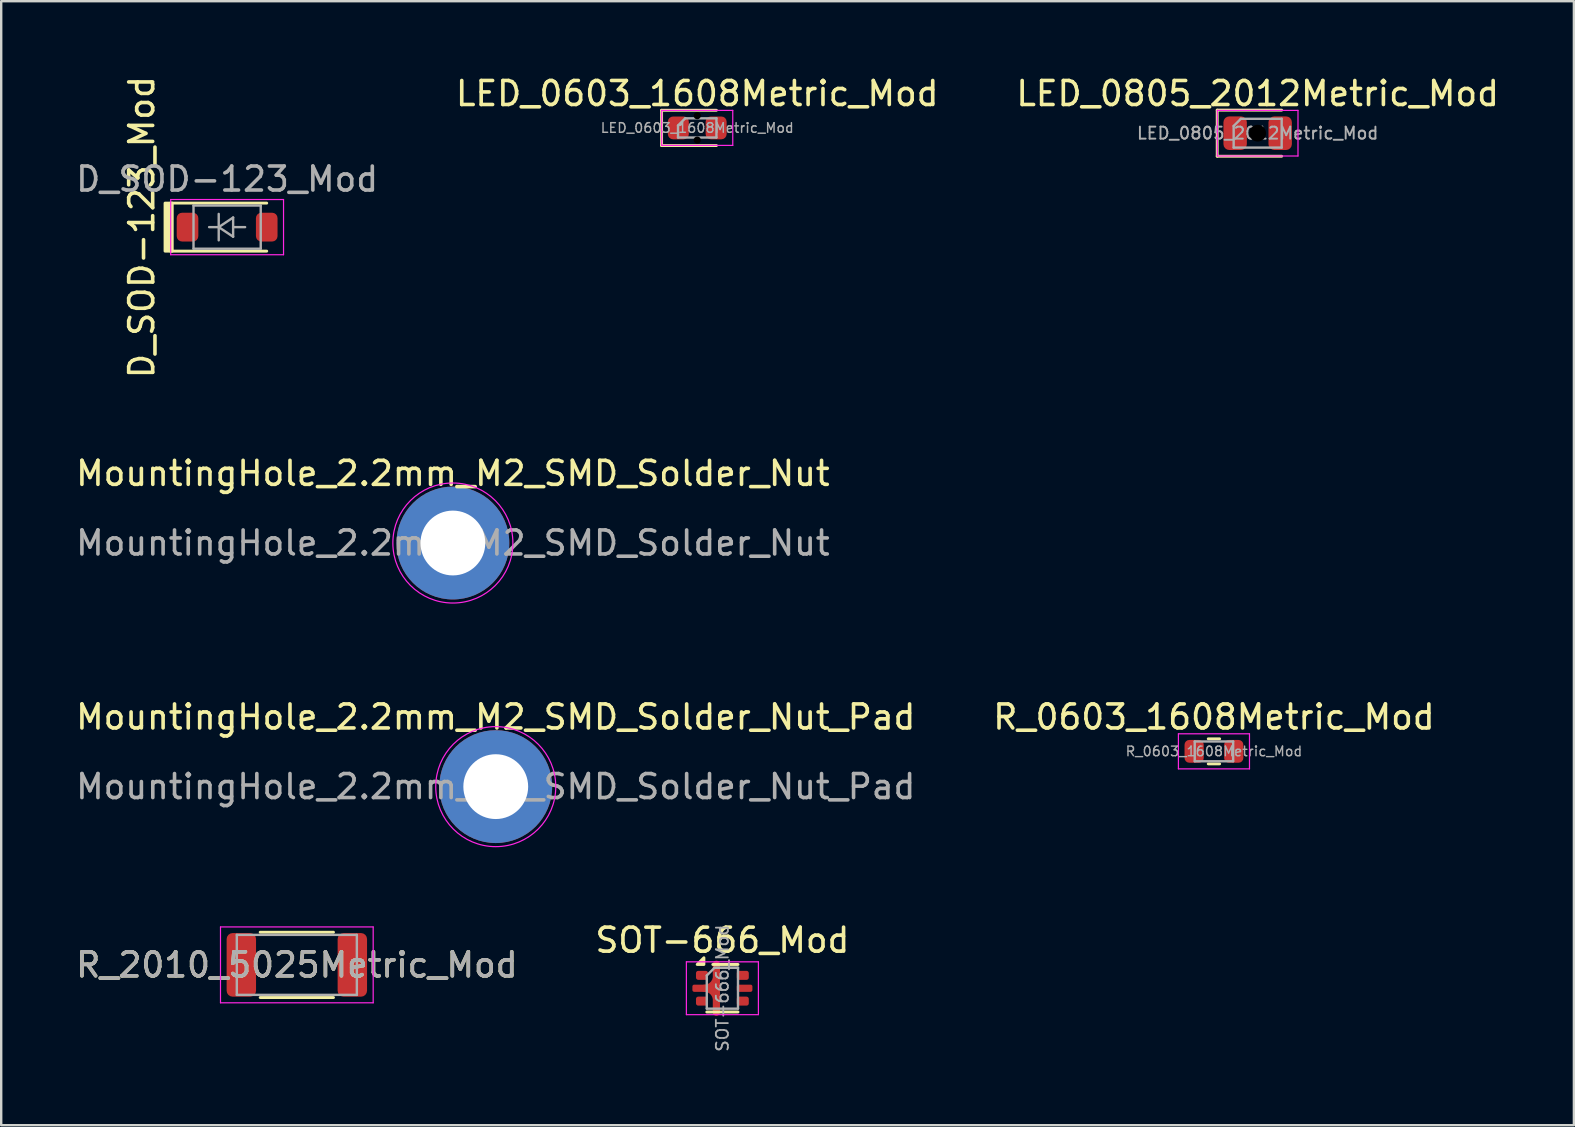
<source format=kicad_pcb>
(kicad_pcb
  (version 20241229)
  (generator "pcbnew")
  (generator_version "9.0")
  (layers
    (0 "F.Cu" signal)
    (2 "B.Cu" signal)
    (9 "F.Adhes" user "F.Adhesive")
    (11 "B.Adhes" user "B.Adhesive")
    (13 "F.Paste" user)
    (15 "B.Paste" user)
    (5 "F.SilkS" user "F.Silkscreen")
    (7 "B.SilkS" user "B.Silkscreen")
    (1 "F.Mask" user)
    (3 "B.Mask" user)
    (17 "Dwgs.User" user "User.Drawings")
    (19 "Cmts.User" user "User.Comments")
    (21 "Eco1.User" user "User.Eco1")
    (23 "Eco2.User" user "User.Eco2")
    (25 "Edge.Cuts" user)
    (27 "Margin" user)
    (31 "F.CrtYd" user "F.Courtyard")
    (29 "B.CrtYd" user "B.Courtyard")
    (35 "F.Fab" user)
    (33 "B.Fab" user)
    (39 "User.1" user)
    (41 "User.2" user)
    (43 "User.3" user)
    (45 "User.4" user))
  (footprint "MountingHole_2.2mm_M2_SMD_Solder_Nut"
    (layer "F.Cu")
    (at 15.815 19.57)
    (property "Reference" "MountingHole_2.2mm_M2_SMD_Solder_Nut" (at 0 -2.9 0) (layer "F.SilkS") (effects (font (size 1 1) (thickness 0.15))))
    (attr exclude_from_pos_files exclude_from_bom)
    (fp_circle (center 0 0) (end 1.1 0) (stroke (width 0.05) (type default)) (fill no) (layer "B.CrtYd"))
    (fp_circle (center 0 0) (end 2.5 0) (stroke (width 0.05) (type solid)) (fill no) (layer "F.CrtYd"))
    (fp_circle (center 0 0) (end 3.35 0) (stroke (width 0.1) (type default)) (fill no) (layer "User.6"))
    (fp_text user "${REFERENCE}" (at 0 0 0) (layer "F.Fab") (effects (font (size 1 1) (thickness 0.15))))
    (pad "" thru_hole circle (at 0 0) (size 4.7 4.7) (drill 2.7) (layers "*.Cu" "F.Mask")))
  (footprint "LED_0805_2012Metric_Mod"
    (layer "F.Cu")
    (at 49.339 2.498)
    (property "Reference" "LED_0805_2012Metric_Mod" (at 0 -1.65 0) (layer "F.SilkS") (effects (font (size 1 1) (thickness 0.15))))
    (attr smd)
    (fp_line (start -1.685 -0.96) (end -1.685 0.96) (stroke (width 0.12) (type solid)) (layer "F.SilkS"))
    (fp_line (start -1.685 0.96) (end 1 0.96) (stroke (width 0.12) (type solid)) (layer "F.SilkS"))
    (fp_line (start 1 -0.96) (end -1.685 -0.96) (stroke (width 0.12) (type solid)) (layer "F.SilkS"))
    (fp_line (start -1.68 -0.95) (end 1.68 -0.95) (stroke (width 0.05) (type solid)) (layer "F.CrtYd"))
    (fp_line (start -1.68 0.95) (end -1.68 -0.95) (stroke (width 0.05) (type solid)) (layer "F.CrtYd"))
    (fp_line (start 1.68 -0.95) (end 1.68 0.95) (stroke (width 0.05) (type solid)) (layer "F.CrtYd"))
    (fp_line (start 1.68 0.95) (end -1.68 0.95) (stroke (width 0.05) (type solid)) (layer "F.CrtYd"))
    (fp_line (start -1 -0.3) (end -1 0.6) (stroke (width 0.1) (type solid)) (layer "F.Fab"))
    (fp_line (start -1 0.6) (end 1 0.6) (stroke (width 0.1) (type solid)) (layer "F.Fab"))
    (fp_line (start -0.7 -0.6) (end -1 -0.3) (stroke (width 0.1) (type solid)) (layer "F.Fab"))
    (fp_line (start 1 -0.6) (end -0.7 -0.6) (stroke (width 0.1) (type solid)) (layer "F.Fab"))
    (fp_line (start 1 0.6) (end 1 -0.6) (stroke (width 0.1) (type solid)) (layer "F.Fab"))
    (fp_circle (center 0 0) (end 0.975 0) (stroke (width 0.1) (type default)) (fill no) (layer "User.9"))
    (fp_text user "${REFERENCE}" (at 0 0 0) (layer "F.Fab") (effects (font (size 0.5 0.5) (thickness 0.08))))
    (pad "" np_thru_hole circle (at 0 0) (size 0.7 0.7) (drill 0.7) (layers "F.Mask"))
    (pad "1" smd roundrect (at -0.938 0) (size 0.975 1.4) (layers "F.Cu" "F.Mask" "F.Paste") (roundrect_rratio 0.25))
    (pad "2" smd roundrect (at 0.938 0) (size 0.975 1.4) (layers "F.Cu" "F.Mask" "F.Paste") (roundrect_rratio 0.25)))
  (footprint "SOT-666_Mod"
    (layer "F.Cu")
    (at 27.042 38.116)
    (property "Reference" "SOT-666_Mod" (at 0 -2 0) (layer "F.SilkS") (effects (font (size 1 1) (thickness 0.15))))
    (attr smd)
    (fp_line (start 0.65 -0.99) (end -0.4 -0.99) (stroke (width 0.12) (type solid)) (layer "F.SilkS"))
    (fp_line (start 0.65 0.99) (end -0.65 0.99) (stroke (width 0.12) (type solid)) (layer "F.SilkS"))
    (fp_poly (pts (xy -0.77 -0.99) (xy -1.05 -0.99) (xy -0.77 -1.27) (xy -0.77 -0.99)) (stroke (width 0.12) (type solid)) (fill yes) (layer "F.SilkS"))
    (fp_line (start -1.5 -1.1) (end -1.5 1.1) (stroke (width 0.05) (type solid)) (layer "F.CrtYd"))
    (fp_line (start -1.5 -1.1) (end 1.5 -1.1) (stroke (width 0.05) (type solid)) (layer "F.CrtYd"))
    (fp_line (start -1.5 1.1) (end 1.5 1.1) (stroke (width 0.05) (type solid)) (layer "F.CrtYd"))
    (fp_line (start 1.5 1.1) (end 1.5 -1.1) (stroke (width 0.05) (type solid)) (layer "F.CrtYd"))
    (fp_line (start -0.65 -0.53) (end -0.65 0.85) (stroke (width 0.1) (type solid)) (layer "F.Fab"))
    (fp_line (start -0.65 -0.53) (end -0.33 -0.85) (stroke (width 0.1) (type solid)) (layer "F.Fab"))
    (fp_line (start 0.65 -0.85) (end -0.33 -0.85) (stroke (width 0.1) (type solid)) (layer "F.Fab"))
    (fp_line (start 0.65 -0.85) (end -0.33 -0.85) (stroke (width 0.1) (type solid)) (layer "F.Fab"))
    (fp_line (start 0.65 -0.85) (end 0.65 0.85) (stroke (width 0.1) (type solid)) (layer "F.Fab"))
    (fp_line (start 0.65 0.85) (end -0.65 0.85) (stroke (width 0.1) (type solid)) (layer "F.Fab"))
    (fp_text user "${REFERENCE}" (at 0 0 90) (layer "F.Fab") (effects (font (size 0.5 0.5) (thickness 0.075))))
    (pad "1" smd roundrect (at -0.85 -0.537) (size 0.5 0.375) (layers "F.Cu" "F.Mask" "F.Paste") (roundrect_rratio 0.25))
    (pad "2" smd roundrect (at -0.675 0) (size 1.15 0.3) (layers "F.Cu" "F.Mask" "F.Paste") (roundrect_rratio 0.25))
    (pad "2" smd circle (at -0.25 -1) (size 0.3 0.3) (layers "F.Cu"))
    (pad "2" smd custom (at -0.25 0) (size 0.3 2) (layers "F.Cu") (options (anchor rect)) (primitives (gr_arc (start -0.5 0) (mid -0.146447 0.146447) (end 0 0.5) (width 0.3)) (gr_arc (start 0 -0.5) (mid -0.146447 -0.146447) (end -0.5 0) (width 0.3))))
    (pad "2" smd circle (at -0.25 1) (size 0.3 0.3) (layers "F.Cu"))
    (pad "3" smd roundrect (at -0.85 0.537) (size 0.5 0.375) (layers "F.Cu" "F.Mask" "F.Paste") (roundrect_rratio 0.25))
    (pad "4" smd roundrect (at 0.85 0.537) (size 0.5 0.375) (layers "F.Cu" "F.Mask" "F.Paste") (roundrect_rratio 0.25))
    (pad "5" smd roundrect (at 0.925 0) (size 0.65 0.3) (layers "F.Cu" "F.Mask" "F.Paste") (roundrect_rratio 0.25))
    (pad "6" smd roundrect (at 0.85 -0.537) (size 0.5 0.375) (layers "F.Cu" "F.Mask" "F.Paste") (roundrect_rratio 0.25)))
  (footprint "MountingHole_2.2mm_M2_SMD_Solder_Nut_Pad"
    (layer "F.Cu")
    (at 17.601 29.718)
    (property "Reference" "MountingHole_2.2mm_M2_SMD_Solder_Nut_Pad" (at 0 -2.9 0) (layer "F.SilkS") (effects (font (size 1 1) (thickness 0.15))))
    (attr exclude_from_pos_files exclude_from_bom)
    (fp_circle (center 0 0) (end 1.1 0) (stroke (width 0.05) (type default)) (fill no) (layer "B.CrtYd"))
    (fp_circle (center 0 0) (end 2.5 0) (stroke (width 0.05) (type solid)) (fill no) (layer "F.CrtYd"))
    (fp_circle (center 0 0) (end 2.5 0) (stroke (width 0.1) (type default)) (fill no) (layer "User.6"))
    (fp_text user "${REFERENCE}" (at 0 0 0) (layer "F.Fab") (effects (font (size 1 1) (thickness 0.15))))
    (pad "1" thru_hole circle (at 0 0) (size 4.7 4.7) (drill 2.7) (layers "*.Cu" "F.Mask")))
  (footprint "R_0603_1608Metric_Mod"
    (layer "F.Cu")
    (at 47.518 28.248)
    (property "Reference" "R_0603_1608Metric_Mod" (at 0 -1.43 0) (layer "F.SilkS") (effects (font (size 1 1) (thickness 0.15))))
    (attr smd)
    (fp_line (start -0.237 -0.522) (end 0.237 -0.522) (stroke (width 0.12) (type solid)) (layer "F.SilkS"))
    (fp_line (start -0.237 0.522) (end 0.237 0.522) (stroke (width 0.12) (type solid)) (layer "F.SilkS"))
    (fp_line (start -1.48 -0.73) (end 1.48 -0.73) (stroke (width 0.05) (type solid)) (layer "F.CrtYd"))
    (fp_line (start -1.48 0.73) (end -1.48 -0.73) (stroke (width 0.05) (type solid)) (layer "F.CrtYd"))
    (fp_line (start 1.48 -0.73) (end 1.48 0.73) (stroke (width 0.05) (type solid)) (layer "F.CrtYd"))
    (fp_line (start 1.48 0.73) (end -1.48 0.73) (stroke (width 0.05) (type solid)) (layer "F.CrtYd"))
    (fp_line (start -0.8 -0.412) (end 0.8 -0.412) (stroke (width 0.1) (type solid)) (layer "F.Fab"))
    (fp_line (start -0.8 0.412) (end -0.8 -0.412) (stroke (width 0.1) (type solid)) (layer "F.Fab"))
    (fp_line (start 0.8 -0.412) (end 0.8 0.412) (stroke (width 0.1) (type solid)) (layer "F.Fab"))
    (fp_line (start 0.8 0.412) (end -0.8 0.412) (stroke (width 0.1) (type solid)) (layer "F.Fab"))
    (fp_rect (start -0.825 -0.975) (end 0.825 0.975) (stroke (width 0.1) (type default)) (fill no) (layer "User.1"))
    (fp_circle (center -0.825 0) (end 0.15 0) (stroke (width 0.1) (type default)) (fill no) (layer "User.1"))
    (fp_circle (center 0.825 0) (end 1.8 0) (stroke (width 0.1) (type default)) (fill no) (layer "User.1"))
    (fp_text user "${REFERENCE}" (at 0 0 0) (layer "F.Fab") (effects (font (size 0.4 0.4) (thickness 0.06))))
    (pad "1" smd roundrect (at -0.825 0) (size 0.8 0.95) (layers "F.Cu" "F.Mask" "F.Paste") (roundrect_rratio 0.25))
    (pad "2" smd roundrect (at 0.825 0) (size 0.8 0.95) (layers "F.Cu" "F.Mask" "F.Paste") (roundrect_rratio 0.25)))
  (footprint "R_2010_5025Metric_Mod"
    (layer "F.Cu")
    (at 9.315 37.143)
    (property "Reference" "R_2010_5025Metric_Mod" (at 0 0 0) (layer "F.SilkS") (effects (font (size 1 1) (thickness 0.15))))
    (attr smd)
    (fp_line (start -1.527 -1.36) (end 1.527 -1.36) (stroke (width 0.12) (type solid)) (layer "F.SilkS"))
    (fp_line (start -1.527 1.36) (end 1.527 1.36) (stroke (width 0.12) (type solid)) (layer "F.SilkS"))
    (fp_line (start -3.18 -1.58) (end 3.18 -1.58) (stroke (width 0.05) (type solid)) (layer "F.CrtYd"))
    (fp_line (start -3.18 1.58) (end -3.18 -1.58) (stroke (width 0.05) (type solid)) (layer "F.CrtYd"))
    (fp_line (start 3.18 -1.58) (end 3.18 1.58) (stroke (width 0.05) (type solid)) (layer "F.CrtYd"))
    (fp_line (start 3.18 1.58) (end -3.18 1.58) (stroke (width 0.05) (type solid)) (layer "F.CrtYd"))
    (fp_line (start -2.5 -1.25) (end 2.5 -1.25) (stroke (width 0.1) (type solid)) (layer "F.Fab"))
    (fp_line (start -2.5 1.25) (end -2.5 -1.25) (stroke (width 0.1) (type solid)) (layer "F.Fab"))
    (fp_line (start 2.5 -1.25) (end 2.5 1.25) (stroke (width 0.1) (type solid)) (layer "F.Fab"))
    (fp_line (start 2.5 1.25) (end -2.5 1.25) (stroke (width 0.1) (type solid)) (layer "F.Fab"))
    (fp_poly (pts (arc (start 2.3125 1.825) (mid 3.047199 1.50446) (end 3.34933 0.762)) (arc (start 3.34933 -0.762) (mid 3.0472 -1.50446) (end 2.3125 -1.825)) (arc (start -2.3125 -1.825) (mid -3.047199 -1.50446) (end -3.34933 -0.762)) (arc (start -3.34933 0.762) (mid -3.0472 1.50446) (end -2.3125 1.825))) (stroke (width 0.1) (type solid)) (fill no) (layer "User.1"))
    (fp_text user "${REFERENCE}" (at 0 0 0) (layer "F.Fab") (effects (font (size 1 1) (thickness 0.15))))
    (pad "1" smd roundrect (at -2.312 0) (size 1.225 2.65) (layers "F.Cu" "F.Mask" "F.Paste") (roundrect_rratio 0.204))
    (pad "2" smd roundrect (at 2.312 0) (size 1.225 2.65) (layers "F.Cu" "F.Mask" "F.Paste") (roundrect_rratio 0.204)))
  (footprint "LED_0603_1608Metric_Mod"
    (layer "F.Cu")
    (at 25.994 2.278)
    (property "Reference" "LED_0603_1608Metric_Mod" (at 0 -1.43 0) (layer "F.SilkS") (effects (font (size 1 1) (thickness 0.15))))
    (attr smd)
    (fp_line (start -1.485 -0.735) (end -1.485 0.735) (stroke (width 0.12) (type solid)) (layer "F.SilkS"))
    (fp_line (start -1.485 0.735) (end 0.8 0.735) (stroke (width 0.12) (type solid)) (layer "F.SilkS"))
    (fp_line (start 0.8 -0.735) (end -1.485 -0.735) (stroke (width 0.12) (type solid)) (layer "F.SilkS"))
    (fp_line (start -1.48 -0.73) (end 1.48 -0.73) (stroke (width 0.05) (type solid)) (layer "F.CrtYd"))
    (fp_line (start -1.48 0.73) (end -1.48 -0.73) (stroke (width 0.05) (type solid)) (layer "F.CrtYd"))
    (fp_line (start 1.48 -0.73) (end 1.48 0.73) (stroke (width 0.05) (type solid)) (layer "F.CrtYd"))
    (fp_line (start 1.48 0.73) (end -1.48 0.73) (stroke (width 0.05) (type solid)) (layer "F.CrtYd"))
    (fp_line (start -0.8 -0.1) (end -0.8 0.4) (stroke (width 0.1) (type solid)) (layer "F.Fab"))
    (fp_line (start -0.8 0.4) (end 0.8 0.4) (stroke (width 0.1) (type solid)) (layer "F.Fab"))
    (fp_line (start -0.5 -0.4) (end -0.8 -0.1) (stroke (width 0.1) (type solid)) (layer "F.Fab"))
    (fp_line (start 0.8 -0.4) (end -0.5 -0.4) (stroke (width 0.1) (type solid)) (layer "F.Fab"))
    (fp_line (start 0.8 0.4) (end 0.8 -0.4) (stroke (width 0.1) (type solid)) (layer "F.Fab"))
    (fp_circle (center 0 0) (end 0.8 0) (stroke (width 0.1) (type default)) (fill no) (layer "User.6"))
    (fp_text user "${REFERENCE}" (at 0 0 0) (layer "F.Fab") (effects (font (size 0.4 0.4) (thickness 0.06))))
    (pad "" np_thru_hole circle (at 0 -0.508) (size 0.3 0.3) (drill 0.3) (layers "F.Mask"))
    (pad "" np_thru_hole circle (at 0 0.508) (size 0.3 0.3) (drill 0.3) (layers "F.Mask"))
    (pad "1" smd roundrect (at -0.787 0) (size 0.875 0.95) (layers "F.Cu" "F.Mask" "F.Paste") (roundrect_rratio 0.25))
    (pad "2" smd roundrect (at 0.787 0) (size 0.875 0.95) (layers "F.Cu" "F.Mask" "F.Paste") (roundrect_rratio 0.25)))
  (footprint "D_SOD-123_Mod"
    (layer "F.Cu")
    (at 6.411 6.411)
    (property "Reference" "D_SOD-123_Mod" (at -3.556 0.000001 270) (layer "F.SilkS") (effects (font (size 1 1) (thickness 0.15))))
    (attr smd)
    (fp_line (start -2.36 -1) (end 1.65 -1) (stroke (width 0.12) (type solid)) (layer "F.SilkS"))
    (fp_line (start -2.36 1) (end 1.65 1) (stroke (width 0.12) (type solid)) (layer "F.SilkS"))
    (fp_rect (start -2.586 -1) (end -2.286 1) (stroke (width 0.12) (type solid)) (fill yes) (layer "F.SilkS"))
    (fp_line (start -2.35 -1.15) (end -2.35 1.15) (stroke (width 0.05) (type solid)) (layer "F.CrtYd"))
    (fp_line (start -2.35 -1.15) (end 2.35 -1.15) (stroke (width 0.05) (type solid)) (layer "F.CrtYd"))
    (fp_line (start 2.35 -1.15) (end 2.35 1.15) (stroke (width 0.05) (type solid)) (layer "F.CrtYd"))
    (fp_line (start 2.35 1.15) (end -2.35 1.15) (stroke (width 0.05) (type solid)) (layer "F.CrtYd"))
    (fp_line (start -1.4 -0.9) (end 1.4 -0.9) (stroke (width 0.1) (type solid)) (layer "F.Fab"))
    (fp_line (start -1.4 0.9) (end -1.4 -0.9) (stroke (width 0.1) (type solid)) (layer "F.Fab"))
    (fp_line (start -0.75 0) (end -0.35 0) (stroke (width 0.1) (type solid)) (layer "F.Fab"))
    (fp_line (start -0.35 0) (end -0.35 -0.55) (stroke (width 0.1) (type solid)) (layer "F.Fab"))
    (fp_line (start -0.35 0) (end -0.35 0.55) (stroke (width 0.1) (type solid)) (layer "F.Fab"))
    (fp_line (start -0.35 0) (end 0.25 -0.4) (stroke (width 0.1) (type solid)) (layer "F.Fab"))
    (fp_line (start 0.25 -0.4) (end 0.25 0.4) (stroke (width 0.1) (type solid)) (layer "F.Fab"))
    (fp_line (start 0.25 0) (end 0.75 0) (stroke (width 0.1) (type solid)) (layer "F.Fab"))
    (fp_line (start 0.25 0.4) (end -0.35 0) (stroke (width 0.1) (type solid)) (layer "F.Fab"))
    (fp_line (start 1.4 -0.9) (end 1.4 0.9) (stroke (width 0.1) (type solid)) (layer "F.Fab"))
    (fp_line (start 1.4 0.9) (end -1.4 0.9) (stroke (width 0.1) (type solid)) (layer "F.Fab"))
    (fp_rect (start -1.25 -1.1) (end 1.25 1.1) (stroke (width 0.05) (type default)) (fill no) (layer "User.2"))
    (fp_circle (center -1.25 0) (end -0.15 0) (stroke (width 0.05) (type default)) (fill no) (layer "User.2"))
    (fp_circle (center 1.25 0) (end 2.35 0) (stroke (width 0.05) (type default)) (fill no) (layer "User.2"))
    (fp_text user "${REFERENCE}" (at 0 -2 180) (layer "F.Fab") (effects (font (size 1 1) (thickness 0.15))))
    (pad "1" smd roundrect (at -1.65 0) (size 0.9 1.2) (layers "F.Cu" "F.Mask" "F.Paste") (roundrect_rratio 0.25))
    (pad "2" smd roundrect (at 1.65 0) (size 0.9 1.2) (layers "F.Cu" "F.Mask" "F.Paste") (roundrect_rratio 0.25)))
  (gr_rect
    (start -3 -3)
    (end 62.512 43.822)
    (stroke (width 0.1) (type default))
    (fill no)
    (layer "Edge.Cuts")))
</source>
